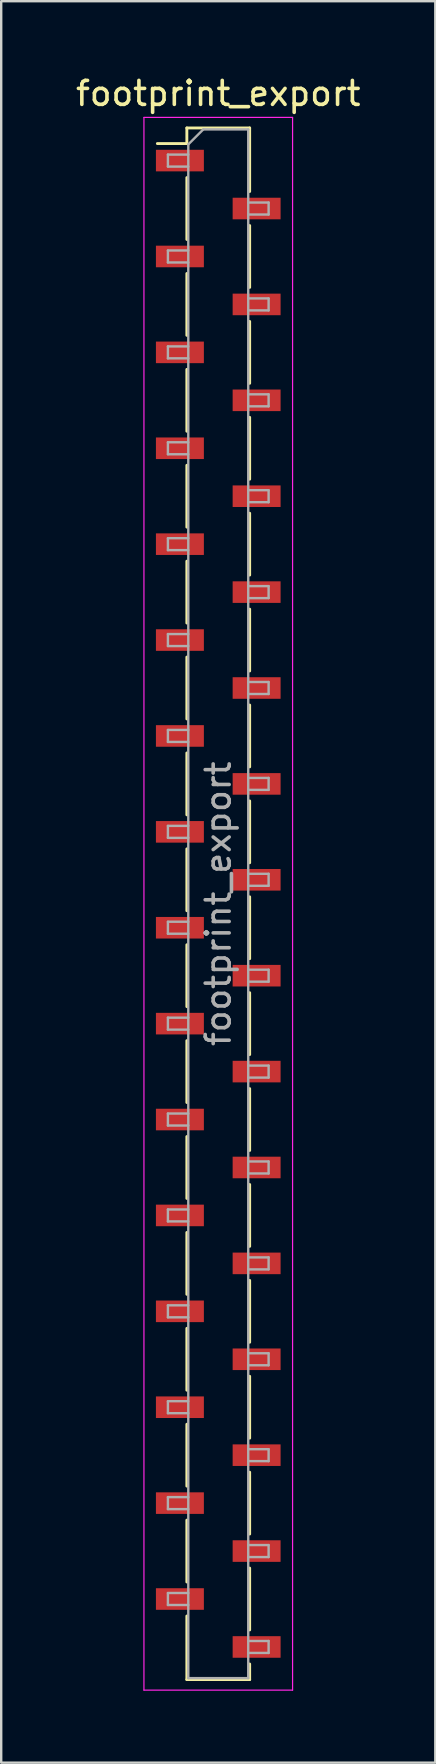
<source format=kicad_pcb>
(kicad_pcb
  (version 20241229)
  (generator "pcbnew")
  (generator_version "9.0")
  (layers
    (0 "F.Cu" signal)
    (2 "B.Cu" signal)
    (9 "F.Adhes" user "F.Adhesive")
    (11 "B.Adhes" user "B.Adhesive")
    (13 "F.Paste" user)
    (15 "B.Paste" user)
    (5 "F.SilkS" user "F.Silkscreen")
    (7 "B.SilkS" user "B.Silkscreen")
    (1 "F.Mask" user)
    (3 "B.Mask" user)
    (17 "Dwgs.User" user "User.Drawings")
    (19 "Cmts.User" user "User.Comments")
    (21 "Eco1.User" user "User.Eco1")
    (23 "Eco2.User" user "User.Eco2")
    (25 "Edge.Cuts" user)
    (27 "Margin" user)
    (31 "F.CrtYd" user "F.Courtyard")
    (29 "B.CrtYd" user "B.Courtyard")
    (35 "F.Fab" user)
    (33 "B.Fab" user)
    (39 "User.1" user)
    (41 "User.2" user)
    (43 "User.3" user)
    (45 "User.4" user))
  (footprint "footprint_export"
    (layer "F.Cu")
    (at 6.054 34.648)
    (property "Reference" "footprint_export" (at 0 -33.8 0) (layer "F.SilkS") (effects (font (size 1 1) (thickness 0.15))))
    (attr smd)
    (fp_line (start -2.54 -31.71) (end -1.31 -31.71) (stroke (width 0.12) (type solid)) (layer "F.SilkS"))
    (fp_line (start -1.31 -32.36) (end -1.31 -31.71) (stroke (width 0.12) (type solid)) (layer "F.SilkS"))
    (fp_line (start -1.31 -32.36) (end 1.31 -32.36) (stroke (width 0.12) (type solid)) (layer "F.SilkS"))
    (fp_line (start -1.31 -30.29) (end -1.31 -27.71) (stroke (width 0.12) (type solid)) (layer "F.SilkS"))
    (fp_line (start -1.31 -26.29) (end -1.31 -23.71) (stroke (width 0.12) (type solid)) (layer "F.SilkS"))
    (fp_line (start -1.31 -22.29) (end -1.31 -19.71) (stroke (width 0.12) (type solid)) (layer "F.SilkS"))
    (fp_line (start -1.31 -18.29) (end -1.31 -15.71) (stroke (width 0.12) (type solid)) (layer "F.SilkS"))
    (fp_line (start -1.31 -14.29) (end -1.31 -11.71) (stroke (width 0.12) (type solid)) (layer "F.SilkS"))
    (fp_line (start -1.31 -10.29) (end -1.31 -7.71) (stroke (width 0.12) (type solid)) (layer "F.SilkS"))
    (fp_line (start -1.31 -6.29) (end -1.31 -3.71) (stroke (width 0.12) (type solid)) (layer "F.SilkS"))
    (fp_line (start -1.31 -2.29) (end -1.31 0.29) (stroke (width 0.12) (type solid)) (layer "F.SilkS"))
    (fp_line (start -1.31 1.71) (end -1.31 4.29) (stroke (width 0.12) (type solid)) (layer "F.SilkS"))
    (fp_line (start -1.31 5.71) (end -1.31 8.29) (stroke (width 0.12) (type solid)) (layer "F.SilkS"))
    (fp_line (start -1.31 9.71) (end -1.31 12.29) (stroke (width 0.12) (type solid)) (layer "F.SilkS"))
    (fp_line (start -1.31 13.71) (end -1.31 16.29) (stroke (width 0.12) (type solid)) (layer "F.SilkS"))
    (fp_line (start -1.31 17.71) (end -1.31 20.29) (stroke (width 0.12) (type solid)) (layer "F.SilkS"))
    (fp_line (start -1.31 21.71) (end -1.31 24.29) (stroke (width 0.12) (type solid)) (layer "F.SilkS"))
    (fp_line (start -1.31 25.71) (end -1.31 28.29) (stroke (width 0.12) (type solid)) (layer "F.SilkS"))
    (fp_line (start -1.31 29.71) (end -1.31 32.36) (stroke (width 0.12) (type solid)) (layer "F.SilkS"))
    (fp_line (start -1.31 32.36) (end 1.31 32.36) (stroke (width 0.12) (type solid)) (layer "F.SilkS"))
    (fp_line (start 1.31 -32.36) (end 1.31 -29.71) (stroke (width 0.12) (type solid)) (layer "F.SilkS"))
    (fp_line (start 1.31 -28.29) (end 1.31 -25.71) (stroke (width 0.12) (type solid)) (layer "F.SilkS"))
    (fp_line (start 1.31 -24.29) (end 1.31 -21.71) (stroke (width 0.12) (type solid)) (layer "F.SilkS"))
    (fp_line (start 1.31 -20.29) (end 1.31 -17.71) (stroke (width 0.12) (type solid)) (layer "F.SilkS"))
    (fp_line (start 1.31 -16.29) (end 1.31 -13.71) (stroke (width 0.12) (type solid)) (layer "F.SilkS"))
    (fp_line (start 1.31 -12.29) (end 1.31 -9.71) (stroke (width 0.12) (type solid)) (layer "F.SilkS"))
    (fp_line (start 1.31 -8.29) (end 1.31 -5.71) (stroke (width 0.12) (type solid)) (layer "F.SilkS"))
    (fp_line (start 1.31 -4.29) (end 1.31 -1.71) (stroke (width 0.12) (type solid)) (layer "F.SilkS"))
    (fp_line (start 1.31 -0.29) (end 1.31 2.29) (stroke (width 0.12) (type solid)) (layer "F.SilkS"))
    (fp_line (start 1.31 3.71) (end 1.31 6.29) (stroke (width 0.12) (type solid)) (layer "F.SilkS"))
    (fp_line (start 1.31 7.71) (end 1.31 10.29) (stroke (width 0.12) (type solid)) (layer "F.SilkS"))
    (fp_line (start 1.31 11.71) (end 1.31 14.29) (stroke (width 0.12) (type solid)) (layer "F.SilkS"))
    (fp_line (start 1.31 15.71) (end 1.31 18.29) (stroke (width 0.12) (type solid)) (layer "F.SilkS"))
    (fp_line (start 1.31 19.71) (end 1.31 22.29) (stroke (width 0.12) (type solid)) (layer "F.SilkS"))
    (fp_line (start 1.31 23.71) (end 1.31 26.29) (stroke (width 0.12) (type solid)) (layer "F.SilkS"))
    (fp_line (start 1.31 27.71) (end 1.31 30.29) (stroke (width 0.12) (type solid)) (layer "F.SilkS"))
    (fp_line (start 1.31 31.71) (end 1.31 32.36) (stroke (width 0.12) (type solid)) (layer "F.SilkS"))
    (fp_line (start -3.1 -32.8) (end 3.1 -32.8) (stroke (width 0.05) (type solid)) (layer "F.CrtYd"))
    (fp_line (start -3.1 32.8) (end -3.1 -32.8) (stroke (width 0.05) (type solid)) (layer "F.CrtYd"))
    (fp_line (start 3.1 -32.8) (end 3.1 32.8) (stroke (width 0.05) (type solid)) (layer "F.CrtYd"))
    (fp_line (start 3.1 32.8) (end -3.1 32.8) (stroke (width 0.05) (type solid)) (layer "F.CrtYd"))
    (fp_line (start -2.1 -31.25) (end -1.25 -31.25) (stroke (width 0.1) (type solid)) (layer "F.Fab"))
    (fp_line (start -2.1 -30.75) (end -2.1 -31.25) (stroke (width 0.1) (type solid)) (layer "F.Fab"))
    (fp_line (start -2.1 -27.25) (end -1.25 -27.25) (stroke (width 0.1) (type solid)) (layer "F.Fab"))
    (fp_line (start -2.1 -26.75) (end -2.1 -27.25) (stroke (width 0.1) (type solid)) (layer "F.Fab"))
    (fp_line (start -2.1 -23.25) (end -1.25 -23.25) (stroke (width 0.1) (type solid)) (layer "F.Fab"))
    (fp_line (start -2.1 -22.75) (end -2.1 -23.25) (stroke (width 0.1) (type solid)) (layer "F.Fab"))
    (fp_line (start -2.1 -19.25) (end -1.25 -19.25) (stroke (width 0.1) (type solid)) (layer "F.Fab"))
    (fp_line (start -2.1 -18.75) (end -2.1 -19.25) (stroke (width 0.1) (type solid)) (layer "F.Fab"))
    (fp_line (start -2.1 -15.25) (end -1.25 -15.25) (stroke (width 0.1) (type solid)) (layer "F.Fab"))
    (fp_line (start -2.1 -14.75) (end -2.1 -15.25) (stroke (width 0.1) (type solid)) (layer "F.Fab"))
    (fp_line (start -2.1 -11.25) (end -1.25 -11.25) (stroke (width 0.1) (type solid)) (layer "F.Fab"))
    (fp_line (start -2.1 -10.75) (end -2.1 -11.25) (stroke (width 0.1) (type solid)) (layer "F.Fab"))
    (fp_line (start -2.1 -7.25) (end -1.25 -7.25) (stroke (width 0.1) (type solid)) (layer "F.Fab"))
    (fp_line (start -2.1 -6.75) (end -2.1 -7.25) (stroke (width 0.1) (type solid)) (layer "F.Fab"))
    (fp_line (start -2.1 -3.25) (end -1.25 -3.25) (stroke (width 0.1) (type solid)) (layer "F.Fab"))
    (fp_line (start -2.1 -2.75) (end -2.1 -3.25) (stroke (width 0.1) (type solid)) (layer "F.Fab"))
    (fp_line (start -2.1 0.75) (end -1.25 0.75) (stroke (width 0.1) (type solid)) (layer "F.Fab"))
    (fp_line (start -2.1 1.25) (end -2.1 0.75) (stroke (width 0.1) (type solid)) (layer "F.Fab"))
    (fp_line (start -2.1 4.75) (end -1.25 4.75) (stroke (width 0.1) (type solid)) (layer "F.Fab"))
    (fp_line (start -2.1 5.25) (end -2.1 4.75) (stroke (width 0.1) (type solid)) (layer "F.Fab"))
    (fp_line (start -2.1 8.75) (end -1.25 8.75) (stroke (width 0.1) (type solid)) (layer "F.Fab"))
    (fp_line (start -2.1 9.25) (end -2.1 8.75) (stroke (width 0.1) (type solid)) (layer "F.Fab"))
    (fp_line (start -2.1 12.75) (end -1.25 12.75) (stroke (width 0.1) (type solid)) (layer "F.Fab"))
    (fp_line (start -2.1 13.25) (end -2.1 12.75) (stroke (width 0.1) (type solid)) (layer "F.Fab"))
    (fp_line (start -2.1 16.75) (end -1.25 16.75) (stroke (width 0.1) (type solid)) (layer "F.Fab"))
    (fp_line (start -2.1 17.25) (end -2.1 16.75) (stroke (width 0.1) (type solid)) (layer "F.Fab"))
    (fp_line (start -2.1 20.75) (end -1.25 20.75) (stroke (width 0.1) (type solid)) (layer "F.Fab"))
    (fp_line (start -2.1 21.25) (end -2.1 20.75) (stroke (width 0.1) (type solid)) (layer "F.Fab"))
    (fp_line (start -2.1 24.75) (end -1.25 24.75) (stroke (width 0.1) (type solid)) (layer "F.Fab"))
    (fp_line (start -2.1 25.25) (end -2.1 24.75) (stroke (width 0.1) (type solid)) (layer "F.Fab"))
    (fp_line (start -2.1 28.75) (end -1.25 28.75) (stroke (width 0.1) (type solid)) (layer "F.Fab"))
    (fp_line (start -2.1 29.25) (end -2.1 28.75) (stroke (width 0.1) (type solid)) (layer "F.Fab"))
    (fp_line (start -1.25 -31.675) (end -0.625 -32.3) (stroke (width 0.1) (type solid)) (layer "F.Fab"))
    (fp_line (start -1.25 -30.75) (end -2.1 -30.75) (stroke (width 0.1) (type solid)) (layer "F.Fab"))
    (fp_line (start -1.25 -26.75) (end -2.1 -26.75) (stroke (width 0.1) (type solid)) (layer "F.Fab"))
    (fp_line (start -1.25 -22.75) (end -2.1 -22.75) (stroke (width 0.1) (type solid)) (layer "F.Fab"))
    (fp_line (start -1.25 -18.75) (end -2.1 -18.75) (stroke (width 0.1) (type solid)) (layer "F.Fab"))
    (fp_line (start -1.25 -14.75) (end -2.1 -14.75) (stroke (width 0.1) (type solid)) (layer "F.Fab"))
    (fp_line (start -1.25 -10.75) (end -2.1 -10.75) (stroke (width 0.1) (type solid)) (layer "F.Fab"))
    (fp_line (start -1.25 -6.75) (end -2.1 -6.75) (stroke (width 0.1) (type solid)) (layer "F.Fab"))
    (fp_line (start -1.25 -2.75) (end -2.1 -2.75) (stroke (width 0.1) (type solid)) (layer "F.Fab"))
    (fp_line (start -1.25 1.25) (end -2.1 1.25) (stroke (width 0.1) (type solid)) (layer "F.Fab"))
    (fp_line (start -1.25 5.25) (end -2.1 5.25) (stroke (width 0.1) (type solid)) (layer "F.Fab"))
    (fp_line (start -1.25 9.25) (end -2.1 9.25) (stroke (width 0.1) (type solid)) (layer "F.Fab"))
    (fp_line (start -1.25 13.25) (end -2.1 13.25) (stroke (width 0.1) (type solid)) (layer "F.Fab"))
    (fp_line (start -1.25 17.25) (end -2.1 17.25) (stroke (width 0.1) (type solid)) (layer "F.Fab"))
    (fp_line (start -1.25 21.25) (end -2.1 21.25) (stroke (width 0.1) (type solid)) (layer "F.Fab"))
    (fp_line (start -1.25 25.25) (end -2.1 25.25) (stroke (width 0.1) (type solid)) (layer "F.Fab"))
    (fp_line (start -1.25 29.25) (end -2.1 29.25) (stroke (width 0.1) (type solid)) (layer "F.Fab"))
    (fp_line (start -1.25 32.3) (end -1.25 -31.675) (stroke (width 0.1) (type solid)) (layer "F.Fab"))
    (fp_line (start -0.625 -32.3) (end 1.25 -32.3) (stroke (width 0.1) (type solid)) (layer "F.Fab"))
    (fp_line (start 1.25 -32.3) (end 1.25 32.3) (stroke (width 0.1) (type solid)) (layer "F.Fab"))
    (fp_line (start 1.25 -29.25) (end 2.1 -29.25) (stroke (width 0.1) (type solid)) (layer "F.Fab"))
    (fp_line (start 1.25 -25.25) (end 2.1 -25.25) (stroke (width 0.1) (type solid)) (layer "F.Fab"))
    (fp_line (start 1.25 -21.25) (end 2.1 -21.25) (stroke (width 0.1) (type solid)) (layer "F.Fab"))
    (fp_line (start 1.25 -17.25) (end 2.1 -17.25) (stroke (width 0.1) (type solid)) (layer "F.Fab"))
    (fp_line (start 1.25 -13.25) (end 2.1 -13.25) (stroke (width 0.1) (type solid)) (layer "F.Fab"))
    (fp_line (start 1.25 -9.25) (end 2.1 -9.25) (stroke (width 0.1) (type solid)) (layer "F.Fab"))
    (fp_line (start 1.25 -5.25) (end 2.1 -5.25) (stroke (width 0.1) (type solid)) (layer "F.Fab"))
    (fp_line (start 1.25 -1.25) (end 2.1 -1.25) (stroke (width 0.1) (type solid)) (layer "F.Fab"))
    (fp_line (start 1.25 2.75) (end 2.1 2.75) (stroke (width 0.1) (type solid)) (layer "F.Fab"))
    (fp_line (start 1.25 6.75) (end 2.1 6.75) (stroke (width 0.1) (type solid)) (layer "F.Fab"))
    (fp_line (start 1.25 10.75) (end 2.1 10.75) (stroke (width 0.1) (type solid)) (layer "F.Fab"))
    (fp_line (start 1.25 14.75) (end 2.1 14.75) (stroke (width 0.1) (type solid)) (layer "F.Fab"))
    (fp_line (start 1.25 18.75) (end 2.1 18.75) (stroke (width 0.1) (type solid)) (layer "F.Fab"))
    (fp_line (start 1.25 22.75) (end 2.1 22.75) (stroke (width 0.1) (type solid)) (layer "F.Fab"))
    (fp_line (start 1.25 26.75) (end 2.1 26.75) (stroke (width 0.1) (type solid)) (layer "F.Fab"))
    (fp_line (start 1.25 30.75) (end 2.1 30.75) (stroke (width 0.1) (type solid)) (layer "F.Fab"))
    (fp_line (start 1.25 32.3) (end -1.25 32.3) (stroke (width 0.1) (type solid)) (layer "F.Fab"))
    (fp_line (start 2.1 -29.25) (end 2.1 -28.75) (stroke (width 0.1) (type solid)) (layer "F.Fab"))
    (fp_line (start 2.1 -28.75) (end 1.25 -28.75) (stroke (width 0.1) (type solid)) (layer "F.Fab"))
    (fp_line (start 2.1 -25.25) (end 2.1 -24.75) (stroke (width 0.1) (type solid)) (layer "F.Fab"))
    (fp_line (start 2.1 -24.75) (end 1.25 -24.75) (stroke (width 0.1) (type solid)) (layer "F.Fab"))
    (fp_line (start 2.1 -21.25) (end 2.1 -20.75) (stroke (width 0.1) (type solid)) (layer "F.Fab"))
    (fp_line (start 2.1 -20.75) (end 1.25 -20.75) (stroke (width 0.1) (type solid)) (layer "F.Fab"))
    (fp_line (start 2.1 -17.25) (end 2.1 -16.75) (stroke (width 0.1) (type solid)) (layer "F.Fab"))
    (fp_line (start 2.1 -16.75) (end 1.25 -16.75) (stroke (width 0.1) (type solid)) (layer "F.Fab"))
    (fp_line (start 2.1 -13.25) (end 2.1 -12.75) (stroke (width 0.1) (type solid)) (layer "F.Fab"))
    (fp_line (start 2.1 -12.75) (end 1.25 -12.75) (stroke (width 0.1) (type solid)) (layer "F.Fab"))
    (fp_line (start 2.1 -9.25) (end 2.1 -8.75) (stroke (width 0.1) (type solid)) (layer "F.Fab"))
    (fp_line (start 2.1 -8.75) (end 1.25 -8.75) (stroke (width 0.1) (type solid)) (layer "F.Fab"))
    (fp_line (start 2.1 -5.25) (end 2.1 -4.75) (stroke (width 0.1) (type solid)) (layer "F.Fab"))
    (fp_line (start 2.1 -4.75) (end 1.25 -4.75) (stroke (width 0.1) (type solid)) (layer "F.Fab"))
    (fp_line (start 2.1 -1.25) (end 2.1 -0.75) (stroke (width 0.1) (type solid)) (layer "F.Fab"))
    (fp_line (start 2.1 -0.75) (end 1.25 -0.75) (stroke (width 0.1) (type solid)) (layer "F.Fab"))
    (fp_line (start 2.1 2.75) (end 2.1 3.25) (stroke (width 0.1) (type solid)) (layer "F.Fab"))
    (fp_line (start 2.1 3.25) (end 1.25 3.25) (stroke (width 0.1) (type solid)) (layer "F.Fab"))
    (fp_line (start 2.1 6.75) (end 2.1 7.25) (stroke (width 0.1) (type solid)) (layer "F.Fab"))
    (fp_line (start 2.1 7.25) (end 1.25 7.25) (stroke (width 0.1) (type solid)) (layer "F.Fab"))
    (fp_line (start 2.1 10.75) (end 2.1 11.25) (stroke (width 0.1) (type solid)) (layer "F.Fab"))
    (fp_line (start 2.1 11.25) (end 1.25 11.25) (stroke (width 0.1) (type solid)) (layer "F.Fab"))
    (fp_line (start 2.1 14.75) (end 2.1 15.25) (stroke (width 0.1) (type solid)) (layer "F.Fab"))
    (fp_line (start 2.1 15.25) (end 1.25 15.25) (stroke (width 0.1) (type solid)) (layer "F.Fab"))
    (fp_line (start 2.1 18.75) (end 2.1 19.25) (stroke (width 0.1) (type solid)) (layer "F.Fab"))
    (fp_line (start 2.1 19.25) (end 1.25 19.25) (stroke (width 0.1) (type solid)) (layer "F.Fab"))
    (fp_line (start 2.1 22.75) (end 2.1 23.25) (stroke (width 0.1) (type solid)) (layer "F.Fab"))
    (fp_line (start 2.1 23.25) (end 1.25 23.25) (stroke (width 0.1) (type solid)) (layer "F.Fab"))
    (fp_line (start 2.1 26.75) (end 2.1 27.25) (stroke (width 0.1) (type solid)) (layer "F.Fab"))
    (fp_line (start 2.1 27.25) (end 1.25 27.25) (stroke (width 0.1) (type solid)) (layer "F.Fab"))
    (fp_line (start 2.1 30.75) (end 2.1 31.25) (stroke (width 0.1) (type solid)) (layer "F.Fab"))
    (fp_line (start 2.1 31.25) (end 1.25 31.25) (stroke (width 0.1) (type solid)) (layer "F.Fab"))
    (fp_text user "${REFERENCE}" (at 0 0 90) (layer "F.Fab") (effects (font (size 1 1) (thickness 0.15))))
    (pad "1" smd rect (at -1.6 -31) (size 2 0.9) (layers "F.Cu" "F.Mask" "F.Paste"))
    (pad "2" smd rect (at 1.6 -29) (size 2 0.9) (layers "F.Cu" "F.Mask" "F.Paste"))
    (pad "3" smd rect (at -1.6 -27) (size 2 0.9) (layers "F.Cu" "F.Mask" "F.Paste"))
    (pad "4" smd rect (at 1.6 -25) (size 2 0.9) (layers "F.Cu" "F.Mask" "F.Paste"))
    (pad "5" smd rect (at -1.6 -23) (size 2 0.9) (layers "F.Cu" "F.Mask" "F.Paste"))
    (pad "6" smd rect (at 1.6 -21) (size 2 0.9) (layers "F.Cu" "F.Mask" "F.Paste"))
    (pad "7" smd rect (at -1.6 -19) (size 2 0.9) (layers "F.Cu" "F.Mask" "F.Paste"))
    (pad "8" smd rect (at 1.6 -17) (size 2 0.9) (layers "F.Cu" "F.Mask" "F.Paste"))
    (pad "9" smd rect (at -1.6 -15) (size 2 0.9) (layers "F.Cu" "F.Mask" "F.Paste"))
    (pad "10" smd rect (at 1.6 -13) (size 2 0.9) (layers "F.Cu" "F.Mask" "F.Paste"))
    (pad "11" smd rect (at -1.6 -11) (size 2 0.9) (layers "F.Cu" "F.Mask" "F.Paste"))
    (pad "12" smd rect (at 1.6 -9) (size 2 0.9) (layers "F.Cu" "F.Mask" "F.Paste"))
    (pad "13" smd rect (at -1.6 -7) (size 2 0.9) (layers "F.Cu" "F.Mask" "F.Paste"))
    (pad "14" smd rect (at 1.6 -5) (size 2 0.9) (layers "F.Cu" "F.Mask" "F.Paste"))
    (pad "15" smd rect (at -1.6 -3) (size 2 0.9) (layers "F.Cu" "F.Mask" "F.Paste"))
    (pad "16" smd rect (at 1.6 -1) (size 2 0.9) (layers "F.Cu" "F.Mask" "F.Paste"))
    (pad "17" smd rect (at -1.6 1) (size 2 0.9) (layers "F.Cu" "F.Mask" "F.Paste"))
    (pad "18" smd rect (at 1.6 3) (size 2 0.9) (layers "F.Cu" "F.Mask" "F.Paste"))
    (pad "19" smd rect (at -1.6 5) (size 2 0.9) (layers "F.Cu" "F.Mask" "F.Paste"))
    (pad "20" smd rect (at 1.6 7) (size 2 0.9) (layers "F.Cu" "F.Mask" "F.Paste"))
    (pad "21" smd rect (at -1.6 9) (size 2 0.9) (layers "F.Cu" "F.Mask" "F.Paste"))
    (pad "22" smd rect (at 1.6 11) (size 2 0.9) (layers "F.Cu" "F.Mask" "F.Paste"))
    (pad "23" smd rect (at -1.6 13) (size 2 0.9) (layers "F.Cu" "F.Mask" "F.Paste"))
    (pad "24" smd rect (at 1.6 15) (size 2 0.9) (layers "F.Cu" "F.Mask" "F.Paste"))
    (pad "25" smd rect (at -1.6 17) (size 2 0.9) (layers "F.Cu" "F.Mask" "F.Paste"))
    (pad "26" smd rect (at 1.6 19) (size 2 0.9) (layers "F.Cu" "F.Mask" "F.Paste"))
    (pad "27" smd rect (at -1.6 21) (size 2 0.9) (layers "F.Cu" "F.Mask" "F.Paste"))
    (pad "28" smd rect (at 1.6 23) (size 2 0.9) (layers "F.Cu" "F.Mask" "F.Paste"))
    (pad "29" smd rect (at -1.6 25) (size 2 0.9) (layers "F.Cu" "F.Mask" "F.Paste"))
    (pad "30" smd rect (at 1.6 27) (size 2 0.9) (layers "F.Cu" "F.Mask" "F.Paste"))
    (pad "31" smd rect (at -1.6 29) (size 2 0.9) (layers "F.Cu" "F.Mask" "F.Paste"))
    (pad "32" smd rect (at 1.6 31) (size 2 0.9) (layers "F.Cu" "F.Mask" "F.Paste")))
  (gr_rect
    (start -3 -3)
    (end 15.107 70.473)
    (stroke (width 0.1) (type default))
    (fill no)
    (layer "Edge.Cuts")))
</source>
